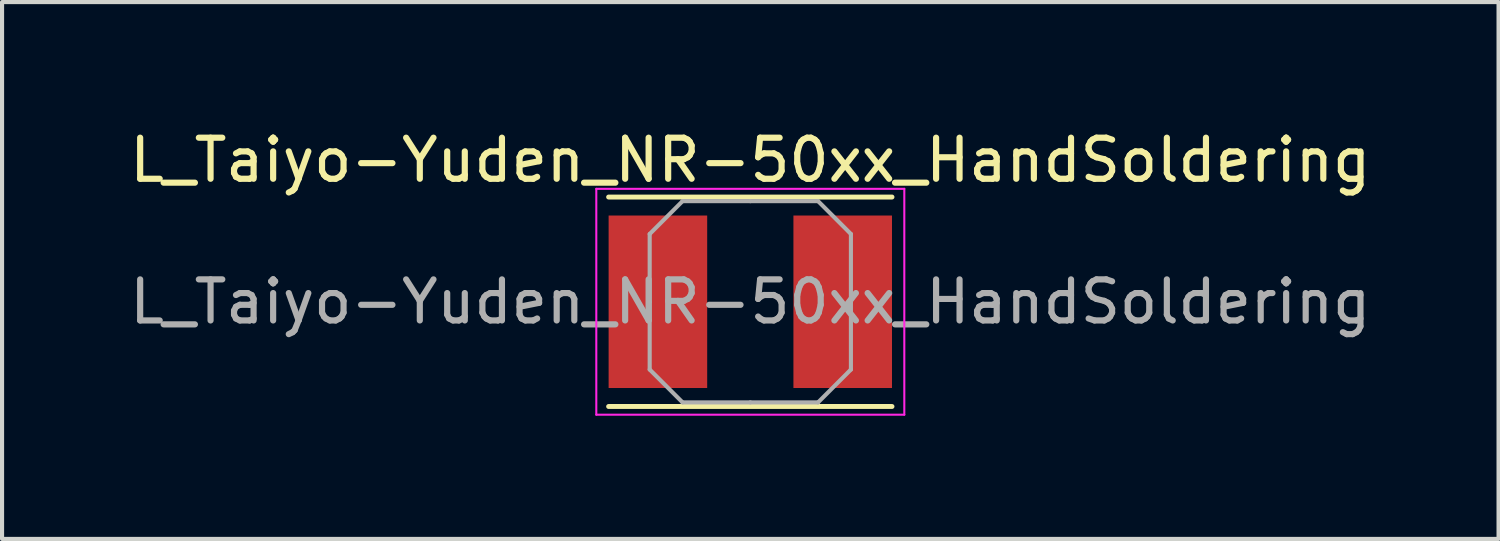
<source format=kicad_pcb>
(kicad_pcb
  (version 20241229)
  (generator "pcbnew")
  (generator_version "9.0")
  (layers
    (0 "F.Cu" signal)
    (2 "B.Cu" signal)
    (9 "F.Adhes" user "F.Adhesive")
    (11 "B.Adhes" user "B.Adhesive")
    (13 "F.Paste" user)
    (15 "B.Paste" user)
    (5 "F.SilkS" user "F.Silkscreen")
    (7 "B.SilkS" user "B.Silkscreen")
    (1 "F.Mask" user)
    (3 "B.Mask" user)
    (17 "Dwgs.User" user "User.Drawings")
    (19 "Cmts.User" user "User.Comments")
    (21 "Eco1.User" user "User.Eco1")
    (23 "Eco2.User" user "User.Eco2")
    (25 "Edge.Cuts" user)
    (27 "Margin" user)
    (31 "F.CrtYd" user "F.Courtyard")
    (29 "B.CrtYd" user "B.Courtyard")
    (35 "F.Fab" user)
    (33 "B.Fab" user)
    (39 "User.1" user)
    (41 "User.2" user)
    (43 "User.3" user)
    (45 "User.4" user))
  (footprint "L_Taiyo-Yuden_NR-50xx_HandSoldering"
    (layer "F.Cu")
    (at 15.22 4.298)
    (property "Reference" "L_Taiyo-Yuden_NR-50xx_HandSoldering" (at 0 -3.45 0) (layer "F.SilkS") (effects (font (size 1 1) (thickness 0.15))))
    (attr smd)
    (fp_line (start -3.45 -2.55) (end 3.45 -2.55) (stroke (width 0.12) (type solid)) (layer "F.SilkS"))
    (fp_line (start -3.45 2.55) (end 3.45 2.55) (stroke (width 0.12) (type solid)) (layer "F.SilkS"))
    (fp_line (start -3.75 -2.75) (end -3.75 2.75) (stroke (width 0.05) (type solid)) (layer "F.CrtYd"))
    (fp_line (start -3.75 2.75) (end 3.75 2.75) (stroke (width 0.05) (type solid)) (layer "F.CrtYd"))
    (fp_line (start 3.75 -2.75) (end -3.75 -2.75) (stroke (width 0.05) (type solid)) (layer "F.CrtYd"))
    (fp_line (start 3.75 2.75) (end 3.75 -2.75) (stroke (width 0.05) (type solid)) (layer "F.CrtYd"))
    (fp_line (start -2.45 -1.65) (end -1.65 -2.45) (stroke (width 0.1) (type solid)) (layer "F.Fab"))
    (fp_line (start -2.45 0) (end -2.45 -1.65) (stroke (width 0.1) (type solid)) (layer "F.Fab"))
    (fp_line (start -2.45 0) (end -2.45 1.65) (stroke (width 0.1) (type solid)) (layer "F.Fab"))
    (fp_line (start -2.45 1.65) (end -1.65 2.45) (stroke (width 0.1) (type solid)) (layer "F.Fab"))
    (fp_line (start -1.65 -2.45) (end 0 -2.45) (stroke (width 0.1) (type solid)) (layer "F.Fab"))
    (fp_line (start -1.65 2.45) (end 0 2.45) (stroke (width 0.1) (type solid)) (layer "F.Fab"))
    (fp_line (start 1.65 -2.45) (end 0 -2.45) (stroke (width 0.1) (type solid)) (layer "F.Fab"))
    (fp_line (start 1.65 2.45) (end 0 2.45) (stroke (width 0.1) (type solid)) (layer "F.Fab"))
    (fp_line (start 2.45 -1.65) (end 1.65 -2.45) (stroke (width 0.1) (type solid)) (layer "F.Fab"))
    (fp_line (start 2.45 0) (end 2.45 -1.65) (stroke (width 0.1) (type solid)) (layer "F.Fab"))
    (fp_line (start 2.45 0) (end 2.45 1.65) (stroke (width 0.1) (type solid)) (layer "F.Fab"))
    (fp_line (start 2.45 1.65) (end 1.65 2.45) (stroke (width 0.1) (type solid)) (layer "F.Fab"))
    (fp_text user "${REFERENCE}" (at 0 0 0) (layer "F.Fab") (effects (font (size 1 1) (thickness 0.15))))
    (pad "1" smd rect (at -2.25 0) (size 2.4 4.2) (layers "F.Cu" "F.Mask" "F.Paste"))
    (pad "2" smd rect (at 2.25 0) (size 2.4 4.2) (layers "F.Cu" "F.Mask" "F.Paste")))
  (gr_rect
    (start -3 -3)
    (end 33.44 10.073)
    (stroke (width 0.1) (type default))
    (fill no)
    (layer "Edge.Cuts")))
</source>
